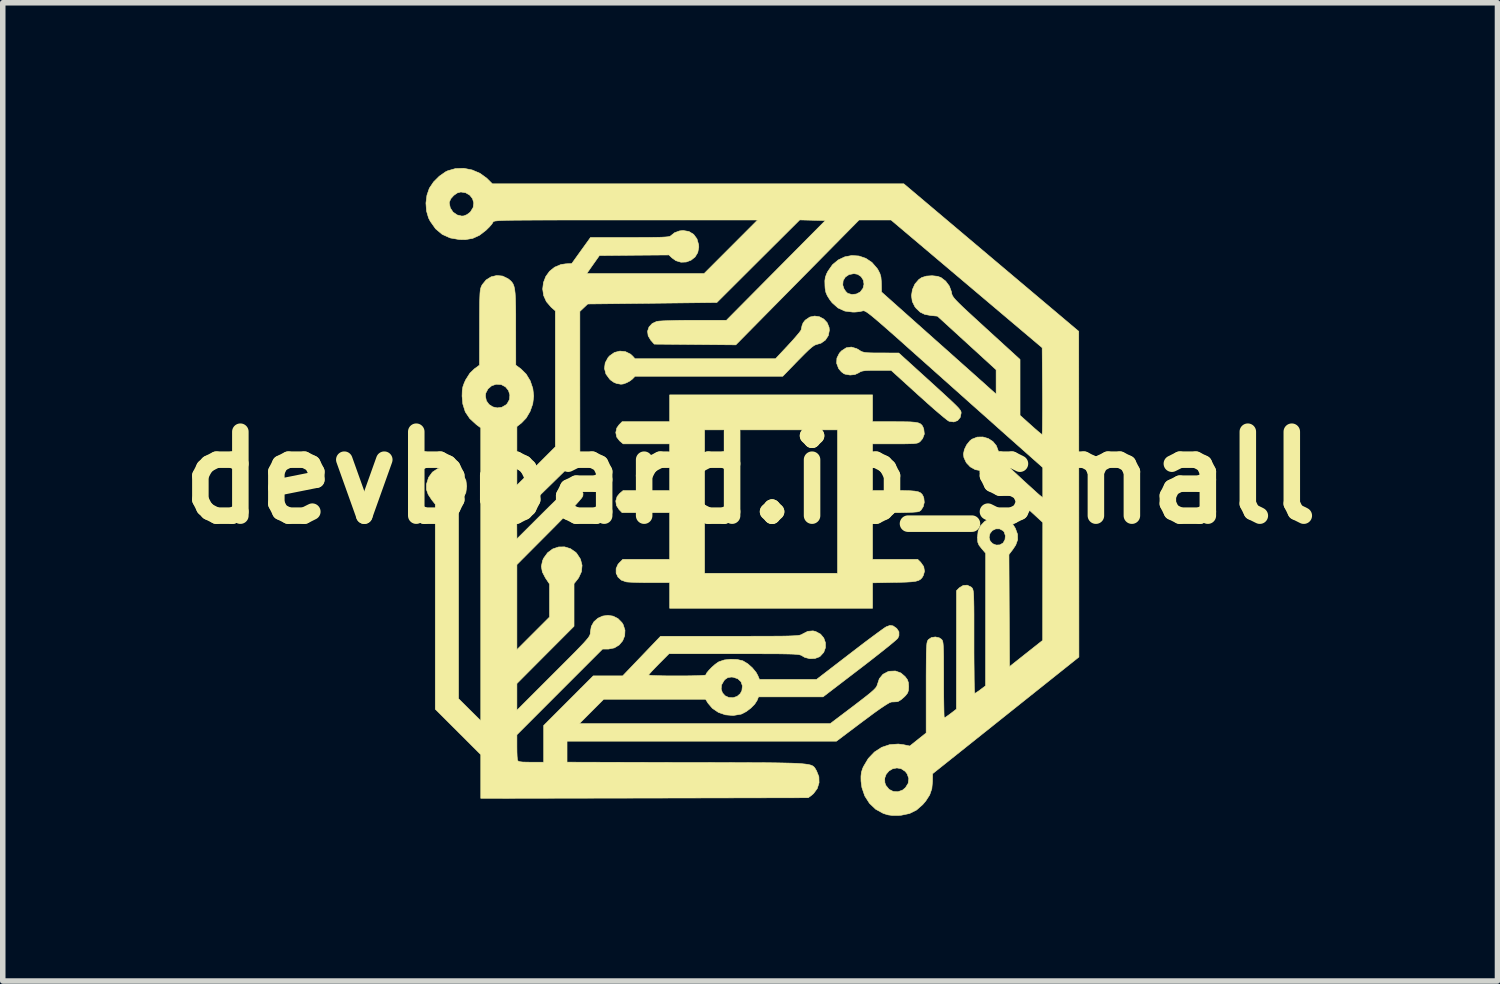
<source format=kicad_pcb>
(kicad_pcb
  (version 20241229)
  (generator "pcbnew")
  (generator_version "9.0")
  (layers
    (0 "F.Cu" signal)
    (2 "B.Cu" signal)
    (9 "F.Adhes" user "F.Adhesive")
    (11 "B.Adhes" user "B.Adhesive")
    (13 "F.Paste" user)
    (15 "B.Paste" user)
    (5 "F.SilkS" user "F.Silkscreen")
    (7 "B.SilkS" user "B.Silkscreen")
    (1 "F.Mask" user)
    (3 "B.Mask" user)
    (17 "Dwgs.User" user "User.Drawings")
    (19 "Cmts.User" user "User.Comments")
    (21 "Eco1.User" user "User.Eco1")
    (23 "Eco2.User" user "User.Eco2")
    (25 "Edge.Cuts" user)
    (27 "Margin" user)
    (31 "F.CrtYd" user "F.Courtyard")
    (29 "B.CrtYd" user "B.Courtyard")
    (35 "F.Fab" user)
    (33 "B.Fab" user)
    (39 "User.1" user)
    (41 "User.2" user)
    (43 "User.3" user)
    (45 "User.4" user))
  (footprint "devboard.io_small"
    (layer "F.Cu")
    (at 10.566 5.621)
    (property "Reference" "devboard.io_small" (at 0 0 0) (layer "F.SilkS") (effects (font (size 1.524 1.524) (thickness 0.3))))
    (attr through_hole)
    (fp_poly (pts (xy 1.259 -2.921) (xy 1.338 -2.879) (xy 1.399 -2.814) (xy 1.434 -2.728) (xy 1.439 -2.675) (xy 1.42 -2.579) (xy 1.367 -2.498) (xy 1.288 -2.442) (xy 1.228 -2.424) (xy 1.195 -2.415) (xy 1.16 -2.398) (xy 1.118 -2.367) (xy 1.064 -2.32) (xy 0.993 -2.251) (xy 0.9 -2.157) (xy 0.869 -2.126) (xy 0.593 -1.841) (xy -2.088 -1.841) (xy -2.138 -1.789) (xy -2.182 -1.755) (xy -2.242 -1.723) (xy -2.303 -1.701) (xy -2.347 -1.696) (xy -2.349 -1.697) (xy -2.376 -1.702) (xy -2.419 -1.709) (xy -2.47 -1.729) (xy -2.528 -1.769) (xy -2.55 -1.79) (xy -2.617 -1.882) (xy -2.643 -1.983) (xy -2.63 -2.084) (xy -2.578 -2.18) (xy -2.55 -2.211) (xy -2.462 -2.273) (xy -2.363 -2.298) (xy -2.263 -2.288) (xy -2.171 -2.243) (xy -2.129 -2.204) (xy -2.089 -2.159) (xy 0.462 -2.159) (xy 0.691 -2.404) (xy 0.77 -2.49) (xy 0.838 -2.568) (xy 0.89 -2.63) (xy 0.921 -2.672) (xy 0.927 -2.685) (xy 0.943 -2.76) (xy 0.962 -2.809) (xy 0.993 -2.85) (xy 1.006 -2.863) (xy 1.085 -2.916) (xy 1.172 -2.934) (xy 1.259 -2.921)) (stroke (width 0.01) (type solid)) (fill yes) (layer "F.SilkS"))
    (fp_poly (pts (xy 1.934 -2.343) (xy 1.977 -2.318) (xy 2.009 -2.297) (xy 2.041 -2.283) (xy 2.08 -2.274) (xy 2.134 -2.268) (xy 2.212 -2.265) (xy 2.321 -2.264) (xy 2.377 -2.264) (xy 2.699 -2.263) (xy 3.143 -1.86) (xy 3.308 -1.71) (xy 3.444 -1.586) (xy 3.554 -1.485) (xy 3.642 -1.404) (xy 3.708 -1.341) (xy 3.757 -1.293) (xy 3.791 -1.256) (xy 3.812 -1.229) (xy 3.825 -1.208) (xy 3.83 -1.191) (xy 3.831 -1.175) (xy 3.831 -1.173) (xy 3.814 -1.093) (xy 3.767 -1.037) (xy 3.699 -1.012) (xy 3.62 -1.022) (xy 3.607 -1.027) (xy 3.577 -1.047) (xy 3.519 -1.093) (xy 3.439 -1.16) (xy 3.341 -1.244) (xy 3.23 -1.342) (xy 3.109 -1.451) (xy 3.054 -1.5) (xy 2.562 -1.947) (xy 2.295 -1.947) (xy 2.181 -1.947) (xy 2.101 -1.944) (xy 2.047 -1.937) (xy 2.01 -1.927) (xy 1.982 -1.911) (xy 1.974 -1.905) (xy 1.903 -1.872) (xy 1.815 -1.863) (xy 1.726 -1.879) (xy 1.704 -1.887) (xy 1.657 -1.922) (xy 1.612 -1.975) (xy 1.606 -1.984) (xy 1.571 -2.077) (xy 1.576 -2.171) (xy 1.621 -2.26) (xy 1.66 -2.302) (xy 1.746 -2.358) (xy 1.838 -2.371) (xy 1.934 -2.343)) (stroke (width 0.01) (type solid)) (fill yes) (layer "F.SilkS"))
    (fp_poly (pts (xy 2.223 -1.016) (xy 2.631 -1.016) (xy 2.785 -1.015) (xy 2.903 -1.013) (xy 2.99 -1.006) (xy 3.052 -0.995) (xy 3.093 -0.977) (xy 3.121 -0.951) (xy 3.14 -0.916) (xy 3.153 -0.881) (xy 3.163 -0.792) (xy 3.132 -0.71) (xy 3.088 -0.658) (xy 3.069 -0.643) (xy 3.046 -0.631) (xy 3.013 -0.624) (xy 2.964 -0.618) (xy 2.892 -0.616) (xy 2.79 -0.614) (xy 2.654 -0.614) (xy 2.631 -0.614) (xy 2.223 -0.614) (xy 2.223 0.233) (xy 2.625 0.233) (xy 2.781 0.234) (xy 2.901 0.237) (xy 2.989 0.244) (xy 3.052 0.256) (xy 3.094 0.275) (xy 3.123 0.303) (xy 3.143 0.34) (xy 3.154 0.37) (xy 3.162 0.448) (xy 3.143 0.526) (xy 3.102 0.59) (xy 3.072 0.612) (xy 3.035 0.621) (xy 2.959 0.627) (xy 2.849 0.632) (xy 2.711 0.635) (xy 2.626 0.635) (xy 2.223 0.635) (xy 2.223 1.482) (xy 3.042 1.482) (xy 3.097 1.536) (xy 3.152 1.615) (xy 3.166 1.7) (xy 3.144 1.776) (xy 3.122 1.814) (xy 3.095 1.843) (xy 3.059 1.865) (xy 3.007 1.88) (xy 2.932 1.89) (xy 2.831 1.896) (xy 2.695 1.9) (xy 2.619 1.901) (xy 2.223 1.909) (xy 2.223 2.371) (xy -1.46 2.371) (xy -1.46 1.905) (xy -1.815 1.905) (xy -1.94 1.904) (xy -2.055 1.902) (xy -2.153 1.898) (xy -2.223 1.894) (xy -2.249 1.891) (xy -2.337 1.86) (xy -2.399 1.803) (xy -2.432 1.73) (xy -2.432 1.65) (xy -2.397 1.572) (xy -2.372 1.544) (xy -2.31 1.482) (xy -1.46 1.482) (xy -1.46 0.635) (xy -2.323 0.635) (xy -2.378 0.579) (xy -2.426 0.505) (xy -2.438 0.423) (xy -2.414 0.343) (xy -2.369 0.288) (xy -2.304 0.233) (xy -1.46 0.233) (xy -1.46 -0.614) (xy -1.882 -0.614) (xy -2.304 -0.614) (xy -2.369 -0.669) (xy -2.421 -0.737) (xy -2.438 -0.819) (xy -2.427 -0.868) (xy -0.826 -0.868) (xy -0.826 1.736) (xy 1.587 1.736) (xy 1.587 -0.868) (xy -0.826 -0.868) (xy -2.427 -0.868) (xy -2.42 -0.901) (xy -2.378 -0.96) (xy -2.323 -1.016) (xy -1.46 -1.016) (xy -1.46 -1.503) (xy 2.223 -1.503) (xy 2.223 -1.016)) (stroke (width 0.01) (type solid)) (fill yes) (layer "F.SilkS"))
    (fp_poly (pts (xy -5.046 -5.586) (xy -4.903 -5.525) (xy -4.779 -5.435) (xy -4.765 -5.421) (xy -4.678 -5.334) (xy 2.791 -5.334) (xy 4.378 -3.995) (xy 5.966 -2.656) (xy 5.969 3.256) (xy 4.641 4.315) (xy 3.313 5.374) (xy 3.311 5.518) (xy 3.299 5.646) (xy 3.26 5.759) (xy 3.189 5.869) (xy 3.133 5.935) (xy 3.021 6.033) (xy 2.895 6.096) (xy 2.747 6.127) (xy 2.689 6.132) (xy 2.585 6.132) (xy 2.503 6.121) (xy 2.422 6.096) (xy 2.415 6.093) (xy 2.279 6.018) (xy 2.167 5.911) (xy 2.082 5.778) (xy 2.03 5.626) (xy 2.014 5.51) (xy 2.013 5.457) (xy 2.443 5.457) (xy 2.447 5.539) (xy 2.465 5.587) (xy 2.523 5.658) (xy 2.599 5.696) (xy 2.684 5.701) (xy 2.767 5.672) (xy 2.82 5.628) (xy 2.87 5.548) (xy 2.881 5.462) (xy 2.852 5.378) (xy 2.817 5.332) (xy 2.743 5.283) (xy 2.665 5.269) (xy 2.588 5.284) (xy 2.521 5.324) (xy 2.47 5.384) (xy 2.443 5.457) (xy 2.013 5.457) (xy 2.013 5.418) (xy 2.021 5.348) (xy 2.042 5.281) (xy 2.058 5.245) (xy 2.146 5.097) (xy 2.258 4.98) (xy 2.389 4.895) (xy 2.535 4.846) (xy 2.69 4.835) (xy 2.784 4.847) (xy 2.899 4.871) (xy 3.196 4.634) (xy 3.196 3.811) (xy 3.196 3.602) (xy 3.197 3.432) (xy 3.198 3.295) (xy 3.199 3.188) (xy 3.202 3.107) (xy 3.206 3.047) (xy 3.21 3.005) (xy 3.217 2.976) (xy 3.225 2.956) (xy 3.235 2.942) (xy 3.236 2.94) (xy 3.291 2.902) (xy 3.363 2.891) (xy 3.434 2.907) (xy 3.47 2.931) (xy 3.482 2.943) (xy 3.492 2.958) (xy 3.499 2.982) (xy 3.504 3.018) (xy 3.508 3.071) (xy 3.511 3.146) (xy 3.513 3.247) (xy 3.513 3.378) (xy 3.514 3.545) (xy 3.514 3.665) (xy 3.514 3.832) (xy 3.515 3.984) (xy 3.517 4.117) (xy 3.519 4.226) (xy 3.521 4.306) (xy 3.524 4.351) (xy 3.526 4.36) (xy 3.548 4.348) (xy 3.593 4.317) (xy 3.642 4.281) (xy 3.745 4.202) (xy 3.746 3.126) (xy 3.747 2.051) (xy 3.798 1.999) (xy 3.867 1.957) (xy 3.941 1.951) (xy 4.01 1.984) (xy 4.018 1.99) (xy 4.029 2.001) (xy 4.038 2.014) (xy 4.045 2.033) (xy 4.051 2.061) (xy 4.056 2.102) (xy 4.059 2.161) (xy 4.061 2.241) (xy 4.063 2.346) (xy 4.064 2.479) (xy 4.064 2.645) (xy 4.064 2.847) (xy 4.064 2.975) (xy 4.064 3.17) (xy 4.065 3.351) (xy 4.067 3.515) (xy 4.068 3.656) (xy 4.07 3.771) (xy 4.073 3.855) (xy 4.076 3.904) (xy 4.078 3.916) (xy 4.101 3.904) (xy 4.146 3.874) (xy 4.183 3.847) (xy 4.274 3.778) (xy 4.275 2.575) (xy 4.276 1.372) (xy 4.202 1.285) (xy 4.156 1.226) (xy 4.134 1.174) (xy 4.128 1.107) (xy 4.128 1.085) (xy 4.128 1.081) (xy 4.339 1.081) (xy 4.357 1.149) (xy 4.403 1.198) (xy 4.466 1.223) (xy 4.534 1.22) (xy 4.593 1.185) (xy 4.627 1.125) (xy 4.634 1.054) (xy 4.613 0.988) (xy 4.593 0.963) (xy 4.529 0.929) (xy 4.46 0.929) (xy 4.398 0.959) (xy 4.355 1.013) (xy 4.339 1.081) (xy 4.128 1.081) (xy 4.14 0.968) (xy 4.182 0.875) (xy 4.255 0.797) (xy 4.36 0.732) (xy 4.472 0.707) (xy 4.582 0.718) (xy 4.684 0.765) (xy 4.77 0.846) (xy 4.816 0.921) (xy 4.855 1.028) (xy 4.857 1.126) (xy 4.822 1.223) (xy 4.771 1.3) (xy 4.699 1.395) (xy 4.704 2.412) (xy 4.71 3.429) (xy 5.01 3.191) (xy 5.311 2.953) (xy 5.312 1.883) (xy 5.313 0.813) (xy 4.802 0.343) (xy 4.29 -0.127) (xy 4.191 -0.127) (xy 4.087 -0.146) (xy 3.996 -0.197) (xy 3.925 -0.272) (xy 3.882 -0.364) (xy 3.873 -0.429) (xy 3.89 -0.511) (xy 3.932 -0.597) (xy 3.991 -0.67) (xy 4.028 -0.699) (xy 4.125 -0.737) (xy 4.226 -0.739) (xy 4.323 -0.711) (xy 4.407 -0.657) (xy 4.47 -0.581) (xy 4.505 -0.488) (xy 4.508 -0.443) (xy 4.51 -0.417) (xy 4.518 -0.391) (xy 4.536 -0.361) (xy 4.568 -0.323) (xy 4.617 -0.271) (xy 4.688 -0.203) (xy 4.783 -0.114) (xy 4.862 -0.041) (xy 4.966 0.056) (xy 5.063 0.144) (xy 5.147 0.22) (xy 5.212 0.279) (xy 5.254 0.316) (xy 5.264 0.324) (xy 5.313 0.363) (xy 5.313 -0.184) (xy 4.695 -0.732) (xy 4.561 -0.851) (xy 4.401 -0.994) (xy 4.22 -1.155) (xy 4.023 -1.33) (xy 3.817 -1.514) (xy 3.606 -1.702) (xy 3.396 -1.889) (xy 3.193 -2.07) (xy 3.087 -2.164) (xy 2.885 -2.344) (xy 2.713 -2.498) (xy 2.567 -2.627) (xy 2.445 -2.734) (xy 2.345 -2.821) (xy 2.264 -2.89) (xy 2.201 -2.942) (xy 2.152 -2.98) (xy 2.115 -3.006) (xy 2.088 -3.021) (xy 2.068 -3.029) (xy 2.053 -3.029) (xy 2.042 -3.027) (xy 1.99 -3.015) (xy 1.915 -3.007) (xy 1.865 -3.006) (xy 1.721 -3.024) (xy 1.596 -3.081) (xy 1.489 -3.176) (xy 1.447 -3.231) (xy 1.401 -3.304) (xy 1.375 -3.366) (xy 1.362 -3.438) (xy 1.359 -3.489) (xy 1.359 -3.497) (xy 1.682 -3.497) (xy 1.703 -3.432) (xy 1.736 -3.381) (xy 1.772 -3.346) (xy 1.773 -3.346) (xy 1.847 -3.325) (xy 1.929 -3.334) (xy 2 -3.371) (xy 2.05 -3.438) (xy 2.068 -3.513) (xy 2.055 -3.587) (xy 2.015 -3.65) (xy 1.952 -3.692) (xy 1.885 -3.704) (xy 1.796 -3.687) (xy 1.729 -3.642) (xy 1.689 -3.576) (xy 1.682 -3.497) (xy 1.359 -3.497) (xy 1.357 -3.574) (xy 1.366 -3.638) (xy 1.389 -3.701) (xy 1.412 -3.746) (xy 1.496 -3.866) (xy 1.601 -3.953) (xy 1.72 -4.009) (xy 1.847 -4.033) (xy 1.976 -4.024) (xy 2.1 -3.982) (xy 2.211 -3.908) (xy 2.305 -3.8) (xy 2.322 -3.774) (xy 2.356 -3.707) (xy 2.375 -3.643) (xy 2.382 -3.563) (xy 2.384 -3.521) (xy 2.386 -3.37) (xy 3.378 -2.486) (xy 3.554 -2.33) (xy 3.721 -2.181) (xy 3.877 -2.042) (xy 4.019 -1.916) (xy 4.144 -1.804) (xy 4.249 -1.711) (xy 4.331 -1.637) (xy 4.388 -1.586) (xy 4.417 -1.561) (xy 4.419 -1.559) (xy 4.466 -1.517) (xy 4.466 -1.959) (xy 3.401 -2.932) (xy 3.279 -2.944) (xy 3.171 -2.964) (xy 3.089 -3.004) (xy 3.017 -3.072) (xy 2.991 -3.104) (xy 2.944 -3.199) (xy 2.93 -3.306) (xy 2.947 -3.415) (xy 2.992 -3.515) (xy 3.063 -3.597) (xy 3.116 -3.633) (xy 3.201 -3.659) (xy 3.304 -3.666) (xy 3.404 -3.655) (xy 3.465 -3.633) (xy 3.55 -3.568) (xy 3.617 -3.478) (xy 3.654 -3.377) (xy 3.657 -3.36) (xy 3.661 -3.336) (xy 3.669 -3.313) (xy 3.683 -3.288) (xy 3.706 -3.256) (xy 3.742 -3.216) (xy 3.793 -3.164) (xy 3.862 -3.097) (xy 3.952 -3.013) (xy 4.067 -2.907) (xy 4.209 -2.777) (xy 4.284 -2.708) (xy 4.9 -2.146) (xy 4.9 -1.132) (xy 5.094 -0.958) (xy 5.169 -0.891) (xy 5.233 -0.836) (xy 5.279 -0.798) (xy 5.3 -0.783) (xy 5.301 -0.783) (xy 5.303 -0.804) (xy 5.306 -0.862) (xy 5.307 -0.953) (xy 5.308 -1.072) (xy 5.309 -1.216) (xy 5.309 -1.378) (xy 5.308 -1.555) (xy 5.308 -1.571) (xy 5.302 -2.359) (xy 2.558 -4.678) (xy 2.269 -4.678) (xy 1.979 -4.678) (xy 0.86 -3.545) (xy -0.259 -2.411) (xy -1.739 -2.424) (xy -1.801 -2.493) (xy -1.85 -2.574) (xy -1.861 -2.658) (xy -1.835 -2.735) (xy -1.777 -2.798) (xy -1.698 -2.835) (xy -1.654 -2.842) (xy -1.574 -2.847) (xy -1.463 -2.851) (xy -1.325 -2.855) (xy -1.168 -2.857) (xy -1.025 -2.857) (xy -0.43 -2.857) (xy 1.365 -4.667) (xy 1.133 -4.673) (xy 0.901 -4.679) (xy 0.149 -3.93) (xy -0.603 -3.18) (xy -1.775 -3.166) (xy -2.947 -3.153) (xy -3.019 -3.085) (xy -3.09 -3.018) (xy -3.09 -1.705) (xy -3.089 -0.392) (xy -3.662 0.169) (xy -4.235 0.73) (xy -4.234 0.921) (xy -4.233 1.111) (xy -3.762 0.641) (xy -3.644 0.524) (xy -3.534 0.417) (xy -3.435 0.323) (xy -3.351 0.246) (xy -3.288 0.189) (xy -3.248 0.157) (xy -3.239 0.152) (xy -3.163 0.144) (xy -3.098 0.169) (xy -3.051 0.221) (xy -3.032 0.29) (xy -3.036 0.332) (xy -3.056 0.366) (xy -3.108 0.428) (xy -3.19 0.52) (xy -3.304 0.64) (xy -3.448 0.789) (xy -3.624 0.967) (xy -3.642 0.985) (xy -4.233 1.578) (xy -4.233 2.35) (xy -4.233 3.122) (xy -3.641 2.53) (xy -3.641 1.93) (xy -3.715 1.82) (xy -3.771 1.712) (xy -3.789 1.61) (xy -3.767 1.506) (xy -3.747 1.461) (xy -3.675 1.362) (xy -3.583 1.294) (xy -3.478 1.258) (xy -3.367 1.256) (xy -3.26 1.289) (xy -3.163 1.357) (xy -3.147 1.375) (xy -3.079 1.479) (xy -3.05 1.591) (xy -3.061 1.706) (xy -3.111 1.815) (xy -3.132 1.844) (xy -3.196 1.924) (xy -3.196 2.697) (xy -3.715 3.217) (xy -4.233 3.737) (xy -4.233 4.222) (xy -3.567 3.556) (xy -3.408 3.397) (xy -3.277 3.266) (xy -3.17 3.158) (xy -3.086 3.071) (xy -3.021 3.003) (xy -2.974 2.95) (xy -2.94 2.909) (xy -2.919 2.878) (xy -2.907 2.853) (xy -2.901 2.832) (xy -2.9 2.811) (xy -2.9 2.805) (xy -2.882 2.699) (xy -2.834 2.614) (xy -2.762 2.551) (xy -2.676 2.512) (xy -2.581 2.499) (xy -2.487 2.513) (xy -2.399 2.557) (xy -2.326 2.631) (xy -2.304 2.667) (xy -2.271 2.768) (xy -2.276 2.869) (xy -2.313 2.961) (xy -2.377 3.037) (xy -2.464 3.09) (xy -2.57 3.111) (xy -2.58 3.111) (xy -2.678 3.111) (xy -3.456 3.889) (xy -4.233 4.667) (xy -4.233 4.883) (xy -4.232 4.977) (xy -4.229 5.057) (xy -4.224 5.113) (xy -4.22 5.131) (xy -4.208 5.146) (xy -4.179 5.156) (xy -4.127 5.162) (xy -4.044 5.164) (xy -3.977 5.165) (xy -3.747 5.165) (xy -3.747 4.498) (xy -3.086 3.837) (xy -0.525 3.837) (xy -0.502 3.905) (xy -0.454 3.959) (xy -0.387 3.99) (xy -0.307 3.994) (xy -0.234 3.969) (xy -0.178 3.92) (xy -0.149 3.866) (xy -0.139 3.779) (xy -0.165 3.704) (xy -0.223 3.65) (xy -0.306 3.622) (xy -0.341 3.619) (xy -0.405 3.629) (xy -0.455 3.663) (xy -0.474 3.685) (xy -0.518 3.762) (xy -0.525 3.837) (xy -3.086 3.837) (xy -2.847 3.598) (xy -2.313 3.598) (xy -1.625 2.879) (xy -0.366 2.879) (xy -0.104 2.879) (xy 0.12 2.878) (xy 0.308 2.878) (xy 0.464 2.877) (xy 0.59 2.876) (xy 0.691 2.874) (xy 0.769 2.871) (xy 0.828 2.868) (xy 0.871 2.864) (xy 0.902 2.859) (xy 0.924 2.852) (xy 0.94 2.845) (xy 0.951 2.838) (xy 1.047 2.789) (xy 1.142 2.781) (xy 1.192 2.793) (xy 1.279 2.84) (xy 1.338 2.911) (xy 1.368 2.996) (xy 1.368 3.086) (xy 1.337 3.171) (xy 1.272 3.242) (xy 1.257 3.252) (xy 1.178 3.282) (xy 1.084 3.286) (xy 0.995 3.263) (xy 0.957 3.242) (xy 0.943 3.232) (xy 0.927 3.224) (xy 0.907 3.217) (xy 0.878 3.211) (xy 0.838 3.207) (xy 0.783 3.203) (xy 0.709 3.201) (xy 0.613 3.199) (xy 0.492 3.197) (xy 0.342 3.197) (xy 0.16 3.196) (xy -0.058 3.196) (xy -0.289 3.196) (xy -1.472 3.196) (xy -1.657 3.382) (xy -1.727 3.454) (xy -1.786 3.516) (xy -1.825 3.56) (xy -1.841 3.582) (xy -1.841 3.583) (xy -1.821 3.587) (xy -1.764 3.591) (xy -1.677 3.594) (xy -1.564 3.597) (xy -1.432 3.598) (xy -1.323 3.598) (xy -1.18 3.598) (xy -1.052 3.596) (xy -0.945 3.593) (xy -0.864 3.589) (xy -0.816 3.585) (xy -0.804 3.581) (xy -0.789 3.547) (xy -0.749 3.498) (xy -0.695 3.442) (xy -0.635 3.389) (xy -0.579 3.349) (xy -0.564 3.341) (xy -0.469 3.309) (xy -0.355 3.296) (xy -0.237 3.3) (xy -0.136 3.323) (xy -0.125 3.328) (xy -0.042 3.378) (xy 0.04 3.451) (xy 0.108 3.533) (xy 0.14 3.591) (xy 0.17 3.662) (xy 1.207 3.662) (xy 1.805 3.202) (xy 1.946 3.094) (xy 2.079 2.992) (xy 2.201 2.901) (xy 2.305 2.824) (xy 2.389 2.763) (xy 2.447 2.722) (xy 2.473 2.706) (xy 2.539 2.682) (xy 2.595 2.69) (xy 2.657 2.733) (xy 2.662 2.737) (xy 2.702 2.798) (xy 2.702 2.868) (xy 2.682 2.913) (xy 2.66 2.936) (xy 2.608 2.981) (xy 2.53 3.046) (xy 2.429 3.127) (xy 2.31 3.221) (xy 2.176 3.326) (xy 2.031 3.438) (xy 1.99 3.469) (xy 1.324 3.979) (xy 0.153 3.979) (xy 0.127 4.044) (xy 0.084 4.111) (xy 0.014 4.182) (xy -0.067 4.244) (xy -0.148 4.287) (xy -0.165 4.293) (xy -0.307 4.317) (xy -0.447 4.305) (xy -0.575 4.261) (xy -0.685 4.186) (xy -0.764 4.093) (xy -0.808 4.022) (xy -2.657 4.022) (xy -2.879 4.244) (xy -3.1 4.466) (xy 1.453 4.466) (xy 1.875 4.147) (xy 2.008 4.045) (xy 2.111 3.965) (xy 2.187 3.904) (xy 2.241 3.856) (xy 2.276 3.82) (xy 2.297 3.791) (xy 2.307 3.767) (xy 2.309 3.76) (xy 2.346 3.649) (xy 2.412 3.569) (xy 2.505 3.52) (xy 2.529 3.514) (xy 2.638 3.509) (xy 2.737 3.545) (xy 2.813 3.61) (xy 2.855 3.666) (xy 2.874 3.721) (xy 2.879 3.792) (xy 2.875 3.859) (xy 2.86 3.907) (xy 2.824 3.954) (xy 2.796 3.982) (xy 2.742 4.029) (xy 2.692 4.06) (xy 2.669 4.067) (xy 2.613 4.07) (xy 2.566 4.072) (xy 2.53 4.085) (xy 2.466 4.123) (xy 2.372 4.185) (xy 2.248 4.273) (xy 2.094 4.388) (xy 2.038 4.429) (xy 1.567 4.784) (xy -3.323 4.784) (xy -3.323 5.164) (xy -1.148 5.17) (xy -0.79 5.17) (xy -0.471 5.171) (xy -0.189 5.172) (xy 0.057 5.173) (xy 0.271 5.174) (xy 0.454 5.176) (xy 0.61 5.179) (xy 0.741 5.182) (xy 0.849 5.186) (xy 0.936 5.192) (xy 1.005 5.199) (xy 1.059 5.207) (xy 1.1 5.217) (xy 1.13 5.229) (xy 1.151 5.243) (xy 1.167 5.258) (xy 1.18 5.277) (xy 1.192 5.297) (xy 1.205 5.32) (xy 1.208 5.326) (xy 1.249 5.429) (xy 1.252 5.538) (xy 1.219 5.643) (xy 1.152 5.734) (xy 1.115 5.766) (xy 1.055 5.81) (xy -1.917 5.816) (xy -4.889 5.821) (xy -4.889 5.027) (xy -5.715 4.202) (xy -5.715 0.482) (xy -5.778 0.403) (xy -5.843 0.305) (xy -5.875 0.215) (xy -5.875 0.124) (xy -5.874 0.117) (xy -5.836 -0.005) (xy -5.767 -0.1) (xy -5.671 -0.164) (xy -5.55 -0.195) (xy -5.502 -0.198) (xy -5.421 -0.193) (xy -5.363 -0.177) (xy -5.308 -0.143) (xy -5.302 -0.139) (xy -5.211 -0.051) (xy -5.159 0.046) (xy -5.144 0.155) (xy -5.16 0.275) (xy -5.211 0.372) (xy -5.247 0.411) (xy -5.292 0.451) (xy -5.292 4.012) (xy -5.091 4.212) (xy -4.889 4.412) (xy -4.889 -0.905) (xy -4.969 -0.964) (xy -5.088 -1.073) (xy -5.17 -1.195) (xy -5.215 -1.338) (xy -5.228 -1.482) (xy -4.805 -1.482) (xy -4.787 -1.395) (xy -4.739 -1.329) (xy -4.67 -1.285) (xy -4.59 -1.267) (xy -4.507 -1.278) (xy -4.431 -1.322) (xy -4.408 -1.345) (xy -4.367 -1.42) (xy -4.361 -1.503) (xy -4.386 -1.583) (xy -4.439 -1.648) (xy -4.517 -1.69) (xy -4.519 -1.69) (xy -4.61 -1.696) (xy -4.693 -1.667) (xy -4.758 -1.611) (xy -4.798 -1.535) (xy -4.805 -1.482) (xy -5.228 -1.482) (xy -5.228 -1.484) (xy -5.225 -1.578) (xy -5.214 -1.649) (xy -5.189 -1.719) (xy -5.163 -1.776) (xy -5.086 -1.897) (xy -5.005 -1.975) (xy -4.912 -2.043) (xy -4.911 -2.731) (xy -4.911 -2.92) (xy -4.91 -3.071) (xy -4.909 -3.19) (xy -4.906 -3.281) (xy -4.903 -3.349) (xy -4.898 -3.398) (xy -4.891 -3.435) (xy -4.882 -3.463) (xy -4.871 -3.487) (xy -4.863 -3.502) (xy -4.792 -3.589) (xy -4.701 -3.646) (xy -4.598 -3.67) (xy -4.493 -3.66) (xy -4.396 -3.613) (xy -4.39 -3.609) (xy -4.355 -3.581) (xy -4.326 -3.552) (xy -4.304 -3.52) (xy -4.287 -3.478) (xy -4.274 -3.422) (xy -4.265 -3.347) (xy -4.259 -3.25) (xy -4.256 -3.125) (xy -4.254 -2.968) (xy -4.254 -2.774) (xy -4.254 -2.726) (xy -4.253 -2.043) (xy -4.16 -1.974) (xy -4.065 -1.88) (xy -3.991 -1.758) (xy -3.944 -1.619) (xy -3.928 -1.482) (xy -3.945 -1.341) (xy -3.993 -1.204) (xy -4.064 -1.083) (xy -4.149 -0.994) (xy -4.233 -0.928) (xy -4.233 -0.395) (xy -4.233 0.137) (xy -3.535 -0.56) (xy -3.535 -1.794) (xy -3.535 -3.028) (xy -3.612 -3.096) (xy -3.698 -3.196) (xy -3.748 -3.307) (xy -3.765 -3.425) (xy -3.751 -3.542) (xy -3.709 -3.651) (xy -3.641 -3.746) (xy -3.548 -3.821) (xy -3.434 -3.869) (xy -3.344 -3.882) (xy -3.237 -3.887) (xy -3.067 -4.124) (xy -2.897 -4.36) (xy -2.182 -4.36) (xy -1.986 -4.361) (xy -1.828 -4.361) (xy -1.704 -4.363) (xy -1.61 -4.365) (xy -1.541 -4.369) (xy -1.494 -4.373) (xy -1.463 -4.379) (xy -1.445 -4.387) (xy -1.438 -4.393) (xy -1.372 -4.446) (xy -1.283 -4.479) (xy -1.217 -4.487) (xy -1.11 -4.469) (xy -1.024 -4.416) (xy -0.964 -4.334) (xy -0.934 -4.228) (xy -0.931 -4.185) (xy -0.95 -4.086) (xy -0.999 -4.006) (xy -1.072 -3.948) (xy -1.159 -3.915) (xy -1.254 -3.911) (xy -1.347 -3.939) (xy -1.418 -3.99) (xy -1.474 -4.043) (xy -2.104 -4.038) (xy -2.735 -4.032) (xy -2.851 -3.868) (xy -2.966 -3.704) (xy -0.836 -3.704) (xy 0.137 -4.678) (xy -2.258 -4.678) (xy -2.628 -4.678) (xy -2.957 -4.678) (xy -3.248 -4.678) (xy -3.505 -4.677) (xy -3.728 -4.677) (xy -3.92 -4.676) (xy -4.084 -4.675) (xy -4.221 -4.674) (xy -4.335 -4.673) (xy -4.427 -4.671) (xy -4.5 -4.668) (xy -4.557 -4.666) (xy -4.598 -4.662) (xy -4.627 -4.659) (xy -4.646 -4.654) (xy -4.658 -4.649) (xy -4.664 -4.644) (xy -4.667 -4.637) (xy -4.667 -4.637) (xy -4.688 -4.603) (xy -4.733 -4.551) (xy -4.791 -4.494) (xy -4.795 -4.49) (xy -4.914 -4.399) (xy -5.035 -4.344) (xy -5.171 -4.321) (xy -5.28 -4.323) (xy -5.445 -4.352) (xy -5.589 -4.417) (xy -5.709 -4.518) (xy -5.806 -4.655) (xy -5.837 -4.715) (xy -5.874 -4.842) (xy -5.884 -4.984) (xy -5.884 -4.986) (xy -5.461 -4.986) (xy -5.442 -4.896) (xy -5.392 -4.821) (xy -5.32 -4.77) (xy -5.235 -4.749) (xy -5.196 -4.752) (xy -5.14 -4.775) (xy -5.084 -4.817) (xy -5.075 -4.826) (xy -5.027 -4.905) (xy -5.016 -4.987) (xy -5.038 -5.064) (xy -5.088 -5.128) (xy -5.163 -5.172) (xy -5.25 -5.186) (xy -5.315 -5.169) (xy -5.379 -5.124) (xy -5.432 -5.065) (xy -5.459 -5.003) (xy -5.461 -4.986) (xy -5.884 -4.986) (xy -5.866 -5.127) (xy -5.822 -5.255) (xy -5.821 -5.256) (xy -5.745 -5.369) (xy -5.642 -5.472) (xy -5.526 -5.553) (xy -5.488 -5.571) (xy -5.348 -5.611) (xy -5.197 -5.616) (xy -5.046 -5.586)) (stroke (width 0.01) (type solid)) (fill yes) (layer "F.SilkS")))
  (gr_rect
    (start -3 -3)
    (end 24.133 14.758)
    (stroke (width 0.1) (type default))
    (fill no)
    (layer "Edge.Cuts")))
</source>
